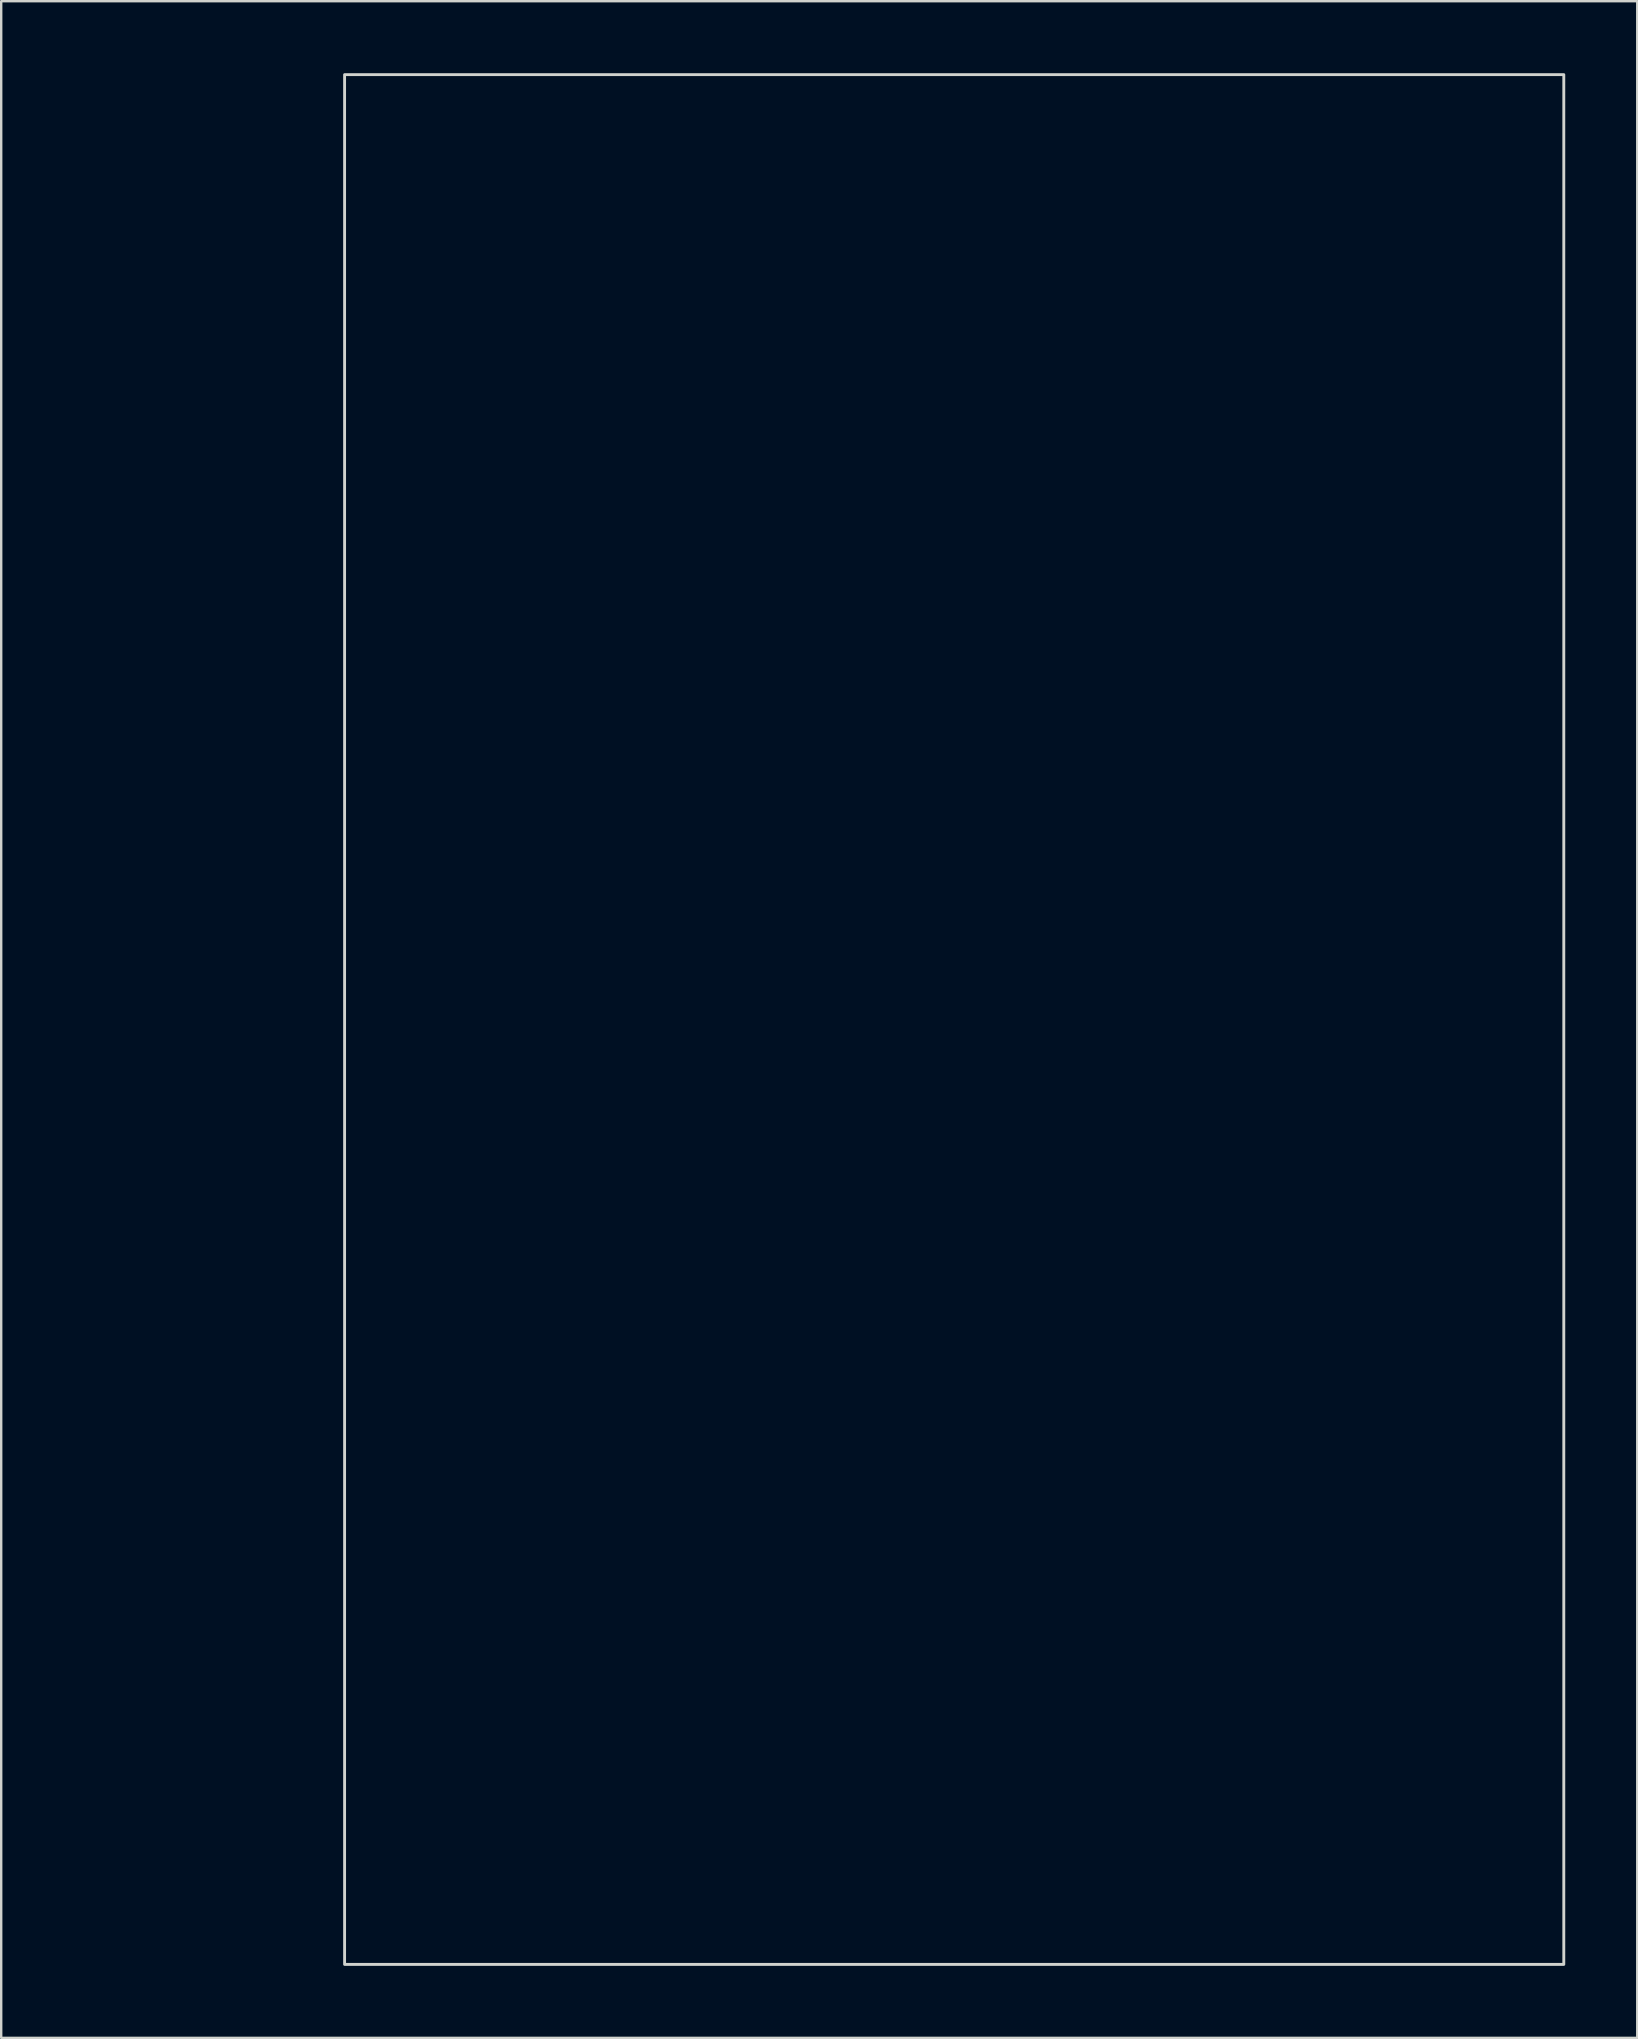
<source format=kicad_pcb>
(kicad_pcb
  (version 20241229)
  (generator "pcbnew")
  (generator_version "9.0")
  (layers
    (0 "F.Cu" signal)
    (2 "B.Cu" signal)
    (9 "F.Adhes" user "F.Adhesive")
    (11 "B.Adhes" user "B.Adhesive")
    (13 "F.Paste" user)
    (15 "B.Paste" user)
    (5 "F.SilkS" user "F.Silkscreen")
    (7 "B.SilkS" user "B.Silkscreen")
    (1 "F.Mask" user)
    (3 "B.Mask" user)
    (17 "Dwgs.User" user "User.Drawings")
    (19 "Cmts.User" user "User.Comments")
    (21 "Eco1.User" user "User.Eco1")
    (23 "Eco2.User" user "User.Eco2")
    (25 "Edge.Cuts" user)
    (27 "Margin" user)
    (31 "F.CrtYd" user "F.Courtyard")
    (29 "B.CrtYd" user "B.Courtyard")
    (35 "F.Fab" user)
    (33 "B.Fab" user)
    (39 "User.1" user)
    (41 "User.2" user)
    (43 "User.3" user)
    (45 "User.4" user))
  (footprint "kinetoscope-cart-board-template"
    (layer "F.Cu")
    (at 13.848 5.14)
    (property "Reference" "kinetoscope-cart-board-template" (at -13 26 90) (unlocked yes) (layer "User.1") (effects (font (size 1 1) (thickness 0.15))))
    (attr through_hole exclude_from_pos_files exclude_from_bom)
    (fp_rect (start -2.54 -5.08) (end 48.26 73.66) (stroke (width 0.12) (type default)) (fill no) (layer "Edge.Cuts"))
    (fp_line (start -1.8 -1.8) (end -1.8 65.3) (stroke (width 0.05) (type solid)) (layer "User.1"))
    (fp_line (start -1.8 65.3) (end 4.35 65.3) (stroke (width 0.05) (type solid)) (layer "User.1"))
    (fp_line (start 4.35 -1.8) (end -1.8 -1.8) (stroke (width 0.05) (type solid)) (layer "User.1"))
    (fp_line (start 4.35 65.3) (end 4.35 -1.8) (stroke (width 0.05) (type solid)) (layer "User.1"))
    (fp_line (start 41.91 -1.27) (end 46.99 -1.27) (stroke (width 0.05) (type solid)) (layer "User.1"))
    (fp_line (start 41.91 52.07) (end 41.91 -1.27) (stroke (width 0.05) (type solid)) (layer "User.1"))
    (fp_line (start 46.99 -1.27) (end 46.99 52.07) (stroke (width 0.05) (type solid)) (layer "User.1"))
    (fp_line (start 46.99 52.07) (end 41.91 52.07) (stroke (width 0.05) (type solid)) (layer "User.1"))
    (fp_rect (start -0.85 -0.85) (end 0.85 0.85) (stroke (width 0.05) (type default)) (fill no) (layer "User.1"))
    (fp_rect (start 42.33 -0.85) (end 44.03 0.85) (stroke (width 0.05) (type default)) (fill no) (layer "User.1"))
    (fp_circle (center 0 2.54) (end 0.85 2.54) (stroke (width 0.05) (type default)) (fill no) (layer "User.1"))
    (fp_circle (center 0 5.08) (end 0.85 5.08) (stroke (width 0.05) (type default)) (fill no) (layer "User.1"))
    (fp_circle (center 0 7.62) (end 0.85 7.62) (stroke (width 0.05) (type default)) (fill no) (layer "User.1"))
    (fp_circle (center 0 10.16) (end 0.85 10.16) (stroke (width 0.05) (type default)) (fill no) (layer "User.1"))
    (fp_circle (center 0 12.7) (end 0.85 12.7) (stroke (width 0.05) (type default)) (fill no) (layer "User.1"))
    (fp_circle (center 0 15.24) (end 0.85 15.24) (stroke (width 0.05) (type default)) (fill no) (layer "User.1"))
    (fp_circle (center 0 17.78) (end 0.85 17.78) (stroke (width 0.05) (type default)) (fill no) (layer "User.1"))
    (fp_circle (center 0 20.32) (end 0.85 20.32) (stroke (width 0.05) (type default)) (fill no) (layer "User.1"))
    (fp_circle (center 0 22.86) (end 0.85 22.86) (stroke (width 0.05) (type default)) (fill no) (layer "User.1"))
    (fp_circle (center 0 25.4) (end 0.85 25.4) (stroke (width 0.05) (type default)) (fill no) (layer "User.1"))
    (fp_circle (center 0 27.94) (end 0.85 27.94) (stroke (width 0.05) (type default)) (fill no) (layer "User.1"))
    (fp_circle (center 0 30.48) (end 0.85 30.48) (stroke (width 0.05) (type default)) (fill no) (layer "User.1"))
    (fp_circle (center 0 33.02) (end 0.85 33.02) (stroke (width 0.05) (type default)) (fill no) (layer "User.1"))
    (fp_circle (center 0 35.56) (end 0.85 35.56) (stroke (width 0.05) (type default)) (fill no) (layer "User.1"))
    (fp_circle (center 0 38.1) (end 0.85 38.1) (stroke (width 0.05) (type default)) (fill no) (layer "User.1"))
    (fp_circle (center 0 40.64) (end 0.85 40.64) (stroke (width 0.05) (type default)) (fill no) (layer "User.1"))
    (fp_circle (center 0 43.18) (end 0.85 43.18) (stroke (width 0.05) (type default)) (fill no) (layer "User.1"))
    (fp_circle (center 0 45.72) (end 0.85 45.72) (stroke (width 0.05) (type default)) (fill no) (layer "User.1"))
    (fp_circle (center 0 48.26) (end 0.85 48.26) (stroke (width 0.05) (type default)) (fill no) (layer "User.1"))
    (fp_circle (center 0 50.8) (end 0.85 50.8) (stroke (width 0.05) (type default)) (fill no) (layer "User.1"))
    (fp_circle (center 0 53.34) (end 0.85 53.34) (stroke (width 0.05) (type default)) (fill no) (layer "User.1"))
    (fp_circle (center 0 55.88) (end 0.85 55.88) (stroke (width 0.05) (type default)) (fill no) (layer "User.1"))
    (fp_circle (center 0 58.42) (end 0.85 58.42) (stroke (width 0.05) (type default)) (fill no) (layer "User.1"))
    (fp_circle (center 0 60.96) (end 0.85 60.96) (stroke (width 0.05) (type default)) (fill no) (layer "User.1"))
    (fp_circle (center 0 63.5) (end 0.85 63.5) (stroke (width 0.05) (type default)) (fill no) (layer "User.1"))
    (fp_circle (center 2.54 0) (end 3.39 0) (stroke (width 0.05) (type default)) (fill no) (layer "User.1"))
    (fp_circle (center 2.54 2.54) (end 3.39 2.54) (stroke (width 0.05) (type default)) (fill no) (layer "User.1"))
    (fp_circle (center 2.54 5.08) (end 3.39 5.08) (stroke (width 0.05) (type default)) (fill no) (layer "User.1"))
    (fp_circle (center 2.54 7.62) (end 3.39 7.62) (stroke (width 0.05) (type default)) (fill no) (layer "User.1"))
    (fp_circle (center 2.54 10.16) (end 3.39 10.16) (stroke (width 0.05) (type default)) (fill no) (layer "User.1"))
    (fp_circle (center 2.54 12.7) (end 3.39 12.7) (stroke (width 0.05) (type default)) (fill no) (layer "User.1"))
    (fp_circle (center 2.54 15.24) (end 3.39 15.24) (stroke (width 0.05) (type default)) (fill no) (layer "User.1"))
    (fp_circle (center 2.54 17.78) (end 3.39 17.78) (stroke (width 0.05) (type default)) (fill no) (layer "User.1"))
    (fp_circle (center 2.54 20.32) (end 3.39 20.32) (stroke (width 0.05) (type default)) (fill no) (layer "User.1"))
    (fp_circle (center 2.54 22.86) (end 3.39 22.86) (stroke (width 0.05) (type default)) (fill no) (layer "User.1"))
    (fp_circle (center 2.54 25.4) (end 3.39 25.4) (stroke (width 0.05) (type default)) (fill no) (layer "User.1"))
    (fp_circle (center 2.54 27.94) (end 3.39 27.94) (stroke (width 0.05) (type default)) (fill no) (layer "User.1"))
    (fp_circle (center 2.54 30.48) (end 3.39 30.48) (stroke (width 0.05) (type default)) (fill no) (layer "User.1"))
    (fp_circle (center 2.54 33.02) (end 3.39 33.02) (stroke (width 0.05) (type default)) (fill no) (layer "User.1"))
    (fp_circle (center 2.54 35.56) (end 3.39 35.56) (stroke (width 0.05) (type default)) (fill no) (layer "User.1"))
    (fp_circle (center 2.54 38.1) (end 3.39 38.1) (stroke (width 0.05) (type default)) (fill no) (layer "User.1"))
    (fp_circle (center 2.54 40.64) (end 3.39 40.64) (stroke (width 0.05) (type default)) (fill no) (layer "User.1"))
    (fp_circle (center 2.54 43.18) (end 3.39 43.18) (stroke (width 0.05) (type default)) (fill no) (layer "User.1"))
    (fp_circle (center 2.54 45.72) (end 3.39 45.72) (stroke (width 0.05) (type default)) (fill no) (layer "User.1"))
    (fp_circle (center 2.54 48.26) (end 3.39 48.26) (stroke (width 0.05) (type default)) (fill no) (layer "User.1"))
    (fp_circle (center 2.54 50.8) (end 3.39 50.8) (stroke (width 0.05) (type default)) (fill no) (layer "User.1"))
    (fp_circle (center 2.54 53.34) (end 3.39 53.34) (stroke (width 0.05) (type default)) (fill no) (layer "User.1"))
    (fp_circle (center 2.54 55.88) (end 3.39 55.88) (stroke (width 0.05) (type default)) (fill no) (layer "User.1"))
    (fp_circle (center 2.54 58.42) (end 3.39 58.42) (stroke (width 0.05) (type default)) (fill no) (layer "User.1"))
    (fp_circle (center 2.54 60.96) (end 3.39 60.96) (stroke (width 0.05) (type default)) (fill no) (layer "User.1"))
    (fp_circle (center 2.54 63.5) (end 3.39 63.5) (stroke (width 0.05) (type default)) (fill no) (layer "User.1"))
    (fp_circle (center 43.18 2.54) (end 44.03 2.54) (stroke (width 0.05) (type default)) (fill no) (layer "User.1"))
    (fp_circle (center 43.18 5.08) (end 44.03 5.08) (stroke (width 0.05) (type default)) (fill no) (layer "User.1"))
    (fp_circle (center 43.18 7.62) (end 44.03 7.62) (stroke (width 0.05) (type default)) (fill no) (layer "User.1"))
    (fp_circle (center 43.18 10.16) (end 44.03 10.16) (stroke (width 0.05) (type default)) (fill no) (layer "User.1"))
    (fp_circle (center 43.18 12.7) (end 44.03 12.7) (stroke (width 0.05) (type default)) (fill no) (layer "User.1"))
    (fp_circle (center 43.18 15.24) (end 44.03 15.24) (stroke (width 0.05) (type default)) (fill no) (layer "User.1"))
    (fp_circle (center 43.18 17.78) (end 44.03 17.78) (stroke (width 0.05) (type default)) (fill no) (layer "User.1"))
    (fp_circle (center 43.18 20.32) (end 44.03 20.32) (stroke (width 0.05) (type default)) (fill no) (layer "User.1"))
    (fp_circle (center 43.18 22.86) (end 44.03 22.86) (stroke (width 0.05) (type default)) (fill no) (layer "User.1"))
    (fp_circle (center 43.18 25.4) (end 44.03 25.4) (stroke (width 0.05) (type default)) (fill no) (layer "User.1"))
    (fp_circle (center 43.18 27.94) (end 44.03 27.94) (stroke (width 0.05) (type default)) (fill no) (layer "User.1"))
    (fp_circle (center 43.18 30.48) (end 44.03 30.48) (stroke (width 0.05) (type default)) (fill no) (layer "User.1"))
    (fp_circle (center 43.18 33.02) (end 44.03 33.02) (stroke (width 0.05) (type default)) (fill no) (layer "User.1"))
    (fp_circle (center 43.18 35.56) (end 44.03 35.56) (stroke (width 0.05) (type default)) (fill no) (layer "User.1"))
    (fp_circle (center 43.18 38.1) (end 44.03 38.1) (stroke (width 0.05) (type default)) (fill no) (layer "User.1"))
    (fp_circle (center 43.18 40.64) (end 44.03 40.64) (stroke (width 0.05) (type default)) (fill no) (layer "User.1"))
    (fp_circle (center 43.18 43.18) (end 44.03 43.18) (stroke (width 0.05) (type default)) (fill no) (layer "User.1"))
    (fp_circle (center 43.18 45.72) (end 44.03 45.72) (stroke (width 0.05) (type default)) (fill no) (layer "User.1"))
    (fp_circle (center 43.18 48.26) (end 44.03 48.26) (stroke (width 0.05) (type default)) (fill no) (layer "User.1"))
    (fp_circle (center 43.18 50.8) (end 44.03 50.8) (stroke (width 0.05) (type default)) (fill no) (layer "User.1"))
    (fp_circle (center 45.72 0) (end 46.57 0) (stroke (width 0.05) (type default)) (fill no) (layer "User.1"))
    (fp_circle (center 45.72 2.54) (end 46.57 2.54) (stroke (width 0.05) (type default)) (fill no) (layer "User.1"))
    (fp_circle (center 45.72 5.08) (end 46.57 5.08) (stroke (width 0.05) (type default)) (fill no) (layer "User.1"))
    (fp_circle (center 45.72 7.62) (end 46.57 7.62) (stroke (width 0.05) (type default)) (fill no) (layer "User.1"))
    (fp_circle (center 45.72 10.16) (end 46.57 10.16) (stroke (width 0.05) (type default)) (fill no) (layer "User.1"))
    (fp_circle (center 45.72 12.7) (end 46.57 12.7) (stroke (width 0.05) (type default)) (fill no) (layer "User.1"))
    (fp_circle (center 45.72 15.24) (end 46.57 15.24) (stroke (width 0.05) (type default)) (fill no) (layer "User.1"))
    (fp_circle (center 45.72 17.78) (end 46.57 17.78) (stroke (width 0.05) (type default)) (fill no) (layer "User.1"))
    (fp_circle (center 45.72 20.32) (end 46.57 20.32) (stroke (width 0.05) (type default)) (fill no) (layer "User.1"))
    (fp_circle (center 45.72 22.86) (end 46.57 22.86) (stroke (width 0.05) (type default)) (fill no) (layer "User.1"))
    (fp_circle (center 45.72 25.4) (end 46.57 25.4) (stroke (width 0.05) (type default)) (fill no) (layer "User.1"))
    (fp_circle (center 45.72 27.94) (end 46.57 27.94) (stroke (width 0.05) (type default)) (fill no) (layer "User.1"))
    (fp_circle (center 45.72 30.48) (end 46.57 30.48) (stroke (width 0.05) (type default)) (fill no) (layer "User.1"))
    (fp_circle (center 45.72 33.02) (end 46.57 33.02) (stroke (width 0.05) (type default)) (fill no) (layer "User.1"))
    (fp_circle (center 45.72 35.56) (end 46.57 35.56) (stroke (width 0.05) (type default)) (fill no) (layer "User.1"))
    (fp_circle (center 45.72 38.1) (end 46.57 38.1) (stroke (width 0.05) (type default)) (fill no) (layer "User.1"))
    (fp_circle (center 45.72 40.64) (end 46.57 40.64) (stroke (width 0.05) (type default)) (fill no) (layer "User.1"))
    (fp_circle (center 45.72 43.18) (end 46.57 43.18) (stroke (width 0.05) (type default)) (fill no) (layer "User.1"))
    (fp_circle (center 45.72 45.72) (end 46.57 45.72) (stroke (width 0.05) (type default)) (fill no) (layer "User.1"))
    (fp_circle (center 45.72 48.26) (end 46.57 48.26) (stroke (width 0.05) (type default)) (fill no) (layer "User.1"))
    (fp_circle (center 45.72 50.8) (end 46.57 50.8) (stroke (width 0.05) (type default)) (fill no) (layer "User.1")))
  (gr_rect
    (start -3 -3)
    (end 65.168 81.86)
    (stroke (width 0.1) (type default))
    (fill no)
    (layer "Edge.Cuts")))
</source>
